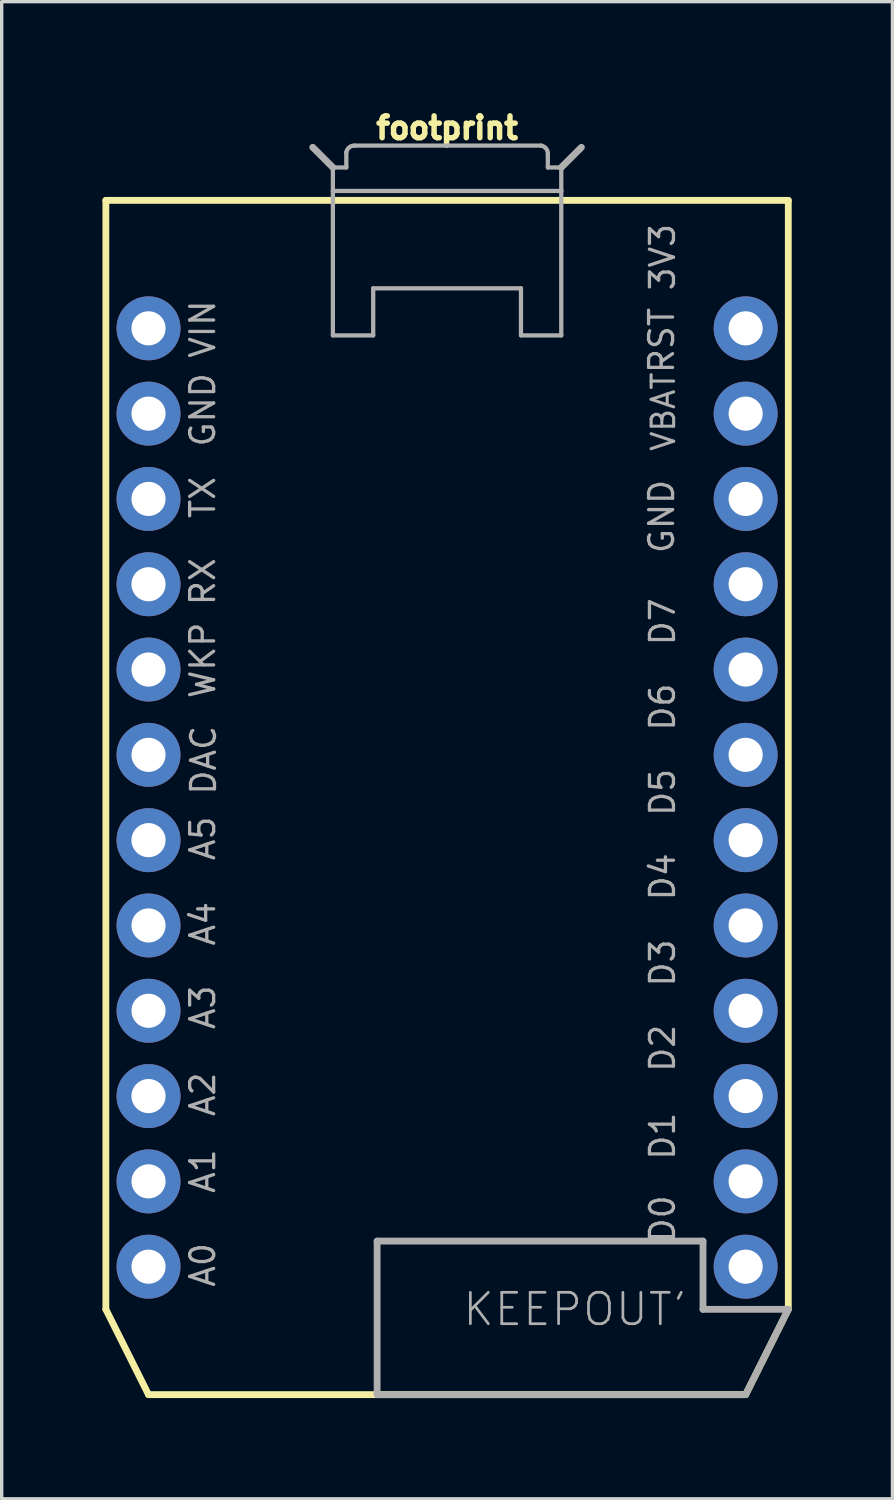
<source format=kicad_pcb>
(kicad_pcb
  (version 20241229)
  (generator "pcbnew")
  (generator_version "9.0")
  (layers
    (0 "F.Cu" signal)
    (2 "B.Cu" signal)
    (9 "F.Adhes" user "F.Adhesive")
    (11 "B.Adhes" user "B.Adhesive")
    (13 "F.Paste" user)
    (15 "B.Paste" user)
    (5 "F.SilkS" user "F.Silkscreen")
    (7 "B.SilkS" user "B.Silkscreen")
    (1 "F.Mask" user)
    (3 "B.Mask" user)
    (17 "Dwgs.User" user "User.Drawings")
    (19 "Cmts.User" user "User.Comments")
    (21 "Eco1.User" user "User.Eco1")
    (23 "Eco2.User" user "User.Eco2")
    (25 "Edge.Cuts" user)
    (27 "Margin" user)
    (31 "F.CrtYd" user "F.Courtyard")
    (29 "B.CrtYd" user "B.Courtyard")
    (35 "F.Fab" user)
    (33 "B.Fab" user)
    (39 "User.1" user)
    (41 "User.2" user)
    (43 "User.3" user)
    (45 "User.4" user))
  (footprint "footprint"
    (layer "F.Cu")
    (at 10.262 20.696)
    (property "Reference" "footprint" (at 0 -19.558 0) (layer "F.SilkS") (effects (font (size 0.65 0.65) (thickness 0.163)) (justify bottom)))
    (fp_line (start -10.16 -17.78) (end 10.16 -17.78) (stroke (width 0.203) (type solid)) (layer "F.SilkS"))
    (fp_line (start -10.16 15.24) (end -10.16 -17.78) (stroke (width 0.203) (type solid)) (layer "F.SilkS"))
    (fp_line (start -8.89 17.78) (end -10.16 15.24) (stroke (width 0.203) (type solid)) (layer "F.SilkS"))
    (fp_line (start 8.89 17.78) (end -8.89 17.78) (stroke (width 0.203) (type solid)) (layer "F.SilkS"))
    (fp_line (start 10.16 -17.78) (end 10.16 15.24) (stroke (width 0.203) (type solid)) (layer "F.SilkS"))
    (fp_line (start 10.16 15.24) (end 8.89 17.78) (stroke (width 0.203) (type solid)) (layer "F.SilkS"))
    (fp_line (start -3.4 -18.76) (end -4 -19.36) (stroke (width 0.203) (type solid)) (layer "F.Fab"))
    (fp_line (start -3.4 -18.06) (end -3.4 -18.76) (stroke (width 0.127) (type solid)) (layer "F.Fab"))
    (fp_line (start -3.4 -13.76) (end -3.4 -18.06) (stroke (width 0.127) (type solid)) (layer "F.Fab"))
    (fp_line (start -3.4 -13.76) (end -2.2 -13.76) (stroke (width 0.127) (type solid)) (layer "F.Fab"))
    (fp_line (start -3 -19.21) (end -3 -18.76) (stroke (width 0.127) (type solid)) (layer "F.Fab"))
    (fp_line (start -3 -18.76) (end -3.4 -18.76) (stroke (width 0.127) (type solid)) (layer "F.Fab"))
    (fp_line (start -2.2 -15.16) (end -2.2 -13.76) (stroke (width 0.127) (type solid)) (layer "F.Fab"))
    (fp_line (start -2.083 13.208) (end -2.083 17.78) (stroke (width 0.203) (type solid)) (layer "F.Fab"))
    (fp_line (start -2.083 17.78) (end 8.89 17.78) (stroke (width 0.203) (type solid)) (layer "F.Fab"))
    (fp_line (start 2.2 -15.16) (end -2.2 -15.16) (stroke (width 0.127) (type solid)) (layer "F.Fab"))
    (fp_line (start 2.2 -15.16) (end 2.2 -13.76) (stroke (width 0.127) (type solid)) (layer "F.Fab"))
    (fp_line (start 2.8 -19.41) (end -2.75 -19.41) (stroke (width 0.127) (type solid)) (layer "F.Fab"))
    (fp_line (start 3 -18.76) (end 3 -19.16) (stroke (width 0.127) (type solid)) (layer "F.Fab"))
    (fp_line (start 3.4 -18.76) (end 3 -18.76) (stroke (width 0.127) (type solid)) (layer "F.Fab"))
    (fp_line (start 3.4 -18.76) (end 3.4 -18.06) (stroke (width 0.127) (type solid)) (layer "F.Fab"))
    (fp_line (start 3.4 -18.76) (end 4 -19.36) (stroke (width 0.203) (type solid)) (layer "F.Fab"))
    (fp_line (start 3.4 -18.06) (end -3.4 -18.06) (stroke (width 0.127) (type solid)) (layer "F.Fab"))
    (fp_line (start 3.4 -18.06) (end 3.4 -13.76) (stroke (width 0.127) (type solid)) (layer "F.Fab"))
    (fp_line (start 3.4 -13.76) (end 2.2 -13.76) (stroke (width 0.127) (type solid)) (layer "F.Fab"))
    (fp_line (start 7.62 13.208) (end -2.083 13.208) (stroke (width 0.203) (type solid)) (layer "F.Fab"))
    (fp_line (start 7.62 15.24) (end 7.62 13.208) (stroke (width 0.203) (type solid)) (layer "F.Fab"))
    (fp_line (start 10.16 15.24) (end 7.62 15.24) (stroke (width 0.203) (type solid)) (layer "F.Fab"))
    (fp_line (start 10.16 15.24) (end 8.89 17.78) (stroke (width 0.203) (type solid)) (layer "F.Fab"))
    (fp_arc (start -3 -19.209998) (mid -2.913661 -19.358325) (end -2.75 -19.41) (stroke (width 0.127) (type solid)) (layer "F.Fab"))
    (fp_arc (start 2.799998 -19.41) (mid 2.948325 -19.323661) (end 3 -19.16) (stroke (width 0.127) (type solid)) (layer "F.Fab"))
    (fp_text user "A4" (at -6.858 4.47 90) (layer "F.Fab") (effects (font (size 0.715 0.715) (thickness 0.098)) (justify left bottom)))
    (fp_text user "KEEPOUT'" (at 3.81 15.24 0) (layer "F.Fab") (effects (font (size 0.935 0.935) (thickness 0.081))))
    (fp_text user "A5" (at -6.858 1.93 90) (layer "F.Fab") (effects (font (size 0.715 0.715) (thickness 0.098)) (justify left bottom)))
    (fp_text user "3V3" (at 6.833 -15.037 270) (layer "F.Fab") (effects (font (size 0.715 0.715) (thickness 0.098)) (justify left bottom)))
    (fp_text user "DAC" (at -6.833 -0.025 90) (layer "F.Fab") (effects (font (size 0.715 0.715) (thickness 0.098)) (justify left bottom)))
    (fp_text user "D1" (at 6.833 10.846 270) (layer "F.Fab") (effects (font (size 0.715 0.715) (thickness 0.098)) (justify left bottom)))
    (fp_text user "TX" (at -6.858 -8.255 90) (layer "F.Fab") (effects (font (size 0.715 0.715) (thickness 0.098)) (justify left bottom)))
    (fp_text user "D2" (at 6.833 8.23 270) (layer "F.Fab") (effects (font (size 0.715 0.715) (thickness 0.098)) (justify left bottom)))
    (fp_text user "A0" (at -6.858 14.63 90) (layer "F.Fab") (effects (font (size 0.715 0.715) (thickness 0.098)) (justify left bottom)))
    (fp_text user "D7" (at 6.833 -4.47 270) (layer "F.Fab") (effects (font (size 0.715 0.715) (thickness 0.098)) (justify left bottom)))
    (fp_text user "D0" (at 6.833 13.31 270) (layer "F.Fab") (effects (font (size 0.715 0.715) (thickness 0.098)) (justify left bottom)))
    (fp_text user "VBAT" (at 6.833 -10.262 270) (layer "F.Fab") (effects (font (size 0.671 0.671) (thickness 0.091)) (justify left bottom)))
    (fp_text user "VIN" (at -6.858 -13.03 90) (layer "F.Fab") (effects (font (size 0.715 0.715) (thickness 0.098)) (justify left bottom)))
    (fp_text user "RX" (at -6.858 -5.664 90) (layer "F.Fab") (effects (font (size 0.715 0.715) (thickness 0.098)) (justify left bottom)))
    (fp_text user "D5" (at 6.833 0.61 270) (layer "F.Fab") (effects (font (size 0.715 0.715) (thickness 0.098)) (justify left bottom)))
    (fp_text user "GND" (at -6.858 -10.389 90) (layer "F.Fab") (effects (font (size 0.715 0.715) (thickness 0.098)) (justify left bottom)))
    (fp_text user "A3" (at -6.858 6.96 90) (layer "F.Fab") (effects (font (size 0.715 0.715) (thickness 0.098)) (justify left bottom)))
    (fp_text user "D3" (at 6.833 5.69 270) (layer "F.Fab") (effects (font (size 0.715 0.715) (thickness 0.098)) (justify left bottom)))
    (fp_text user "D6" (at 6.833 -1.93 270) (layer "F.Fab") (effects (font (size 0.715 0.715) (thickness 0.098)) (justify left bottom)))
    (fp_text user "WKP" (at -6.858 -2.896 90) (layer "F.Fab") (effects (font (size 0.715 0.715) (thickness 0.098)) (justify left bottom)))
    (fp_text user "A1" (at -6.858 11.836 90) (layer "F.Fab") (effects (font (size 0.715 0.715) (thickness 0.098)) (justify left bottom)))
    (fp_text user "A2" (at -6.858 9.55 90) (layer "F.Fab") (effects (font (size 0.715 0.715) (thickness 0.098)) (justify left bottom)))
    (fp_text user "RST" (at 6.807 -12.573 270) (layer "F.Fab") (effects (font (size 0.715 0.715) (thickness 0.098)) (justify left bottom)))
    (fp_text user "GND" (at 6.807 -7.214 270) (layer "F.Fab") (effects (font (size 0.715 0.715) (thickness 0.098)) (justify left bottom)))
    (fp_text user "D4" (at 6.833 3.124 270) (layer "F.Fab") (effects (font (size 0.715 0.715) (thickness 0.098)) (justify left bottom)))
    (pad "1" thru_hole circle (at -8.89 -13.97) (size 1.905 1.905) (drill 1.016) (layers "*.Cu" "*.Mask"))
    (pad "2" thru_hole circle (at -8.89 -11.43) (size 1.905 1.905) (drill 1.016) (layers "*.Cu" "*.Mask"))
    (pad "3" thru_hole circle (at -8.89 -8.89) (size 1.905 1.905) (drill 1.016) (layers "*.Cu" "*.Mask"))
    (pad "4" thru_hole circle (at -8.89 -6.35) (size 1.905 1.905) (drill 1.016) (layers "*.Cu" "*.Mask"))
    (pad "5" thru_hole circle (at -8.89 -3.81) (size 1.905 1.905) (drill 1.016) (layers "*.Cu" "*.Mask"))
    (pad "6" thru_hole circle (at -8.89 -1.27) (size 1.905 1.905) (drill 1.016) (layers "*.Cu" "*.Mask"))
    (pad "7" thru_hole circle (at -8.89 1.27) (size 1.905 1.905) (drill 1.016) (layers "*.Cu" "*.Mask"))
    (pad "8" thru_hole circle (at -8.89 3.81) (size 1.905 1.905) (drill 1.016) (layers "*.Cu" "*.Mask"))
    (pad "9" thru_hole circle (at -8.89 6.35) (size 1.905 1.905) (drill 1.016) (layers "*.Cu" "*.Mask"))
    (pad "10" thru_hole circle (at -8.89 8.89) (size 1.905 1.905) (drill 1.016) (layers "*.Cu" "*.Mask"))
    (pad "11" thru_hole circle (at -8.89 11.43) (size 1.905 1.905) (drill 1.016) (layers "*.Cu" "*.Mask"))
    (pad "12" thru_hole circle (at -8.89 13.97) (size 1.905 1.905) (drill 1.016) (layers "*.Cu" "*.Mask"))
    (pad "13" thru_hole circle (at 8.89 13.97) (size 1.905 1.905) (drill 1.016) (layers "*.Cu" "*.Mask"))
    (pad "14" thru_hole circle (at 8.89 11.43) (size 1.905 1.905) (drill 1.016) (layers "*.Cu" "*.Mask"))
    (pad "15" thru_hole circle (at 8.89 8.89) (size 1.905 1.905) (drill 1.016) (layers "*.Cu" "*.Mask"))
    (pad "16" thru_hole circle (at 8.89 6.35) (size 1.905 1.905) (drill 1.016) (layers "*.Cu" "*.Mask"))
    (pad "17" thru_hole circle (at 8.89 3.81) (size 1.905 1.905) (drill 1.016) (layers "*.Cu" "*.Mask"))
    (pad "18" thru_hole circle (at 8.89 1.27) (size 1.905 1.905) (drill 1.016) (layers "*.Cu" "*.Mask"))
    (pad "19" thru_hole circle (at 8.89 -1.27) (size 1.905 1.905) (drill 1.016) (layers "*.Cu" "*.Mask"))
    (pad "20" thru_hole circle (at 8.89 -3.81) (size 1.905 1.905) (drill 1.016) (layers "*.Cu" "*.Mask"))
    (pad "21" thru_hole circle (at 8.89 -6.35) (size 1.905 1.905) (drill 1.016) (layers "*.Cu" "*.Mask"))
    (pad "22" thru_hole circle (at 8.89 -8.89) (size 1.905 1.905) (drill 1.016) (layers "*.Cu" "*.Mask"))
    (pad "23" thru_hole circle (at 8.89 -11.43) (size 1.905 1.905) (drill 1.016) (layers "*.Cu" "*.Mask"))
    (pad "24" thru_hole circle (at 8.89 -13.97) (size 1.905 1.905) (drill 1.016) (layers "*.Cu" "*.Mask"))
    (zone (net_name "") (layer "F.Cu") (hatch edge 0.508) (connect_pads) (min_thickness 0.254) (filled_areas_thickness no) (keepout (tracks not_allowed) (vias not_allowed) (pads not_allowed) (copperpour not_allowed) (footprints allowed)) (placement (enabled no)) (fill) (polygon (pts (xy 19.152 38.476) (xy 20.422 35.936) (xy 17.882 35.936) (xy 17.882 33.904) (xy 8.179 33.904) (xy 8.179 38.476))))
    (zone (net_name "") (layer "B.Cu") (hatch edge 0.508) (connect_pads) (min_thickness 0.254) (filled_areas_thickness no) (keepout (tracks not_allowed) (vias not_allowed) (pads not_allowed) (copperpour not_allowed) (footprints allowed)) (placement (enabled no)) (fill) (polygon (pts (xy 19.152 38.476) (xy 20.422 35.936) (xy 17.882 35.936) (xy 17.882 33.904) (xy 8.179 33.904) (xy 8.179 38.476)))))
  (gr_rect
    (start -3 -3)
    (end 23.523 41.578)
    (stroke (width 0.1) (type default))
    (fill no)
    (layer "Edge.Cuts")))
</source>
